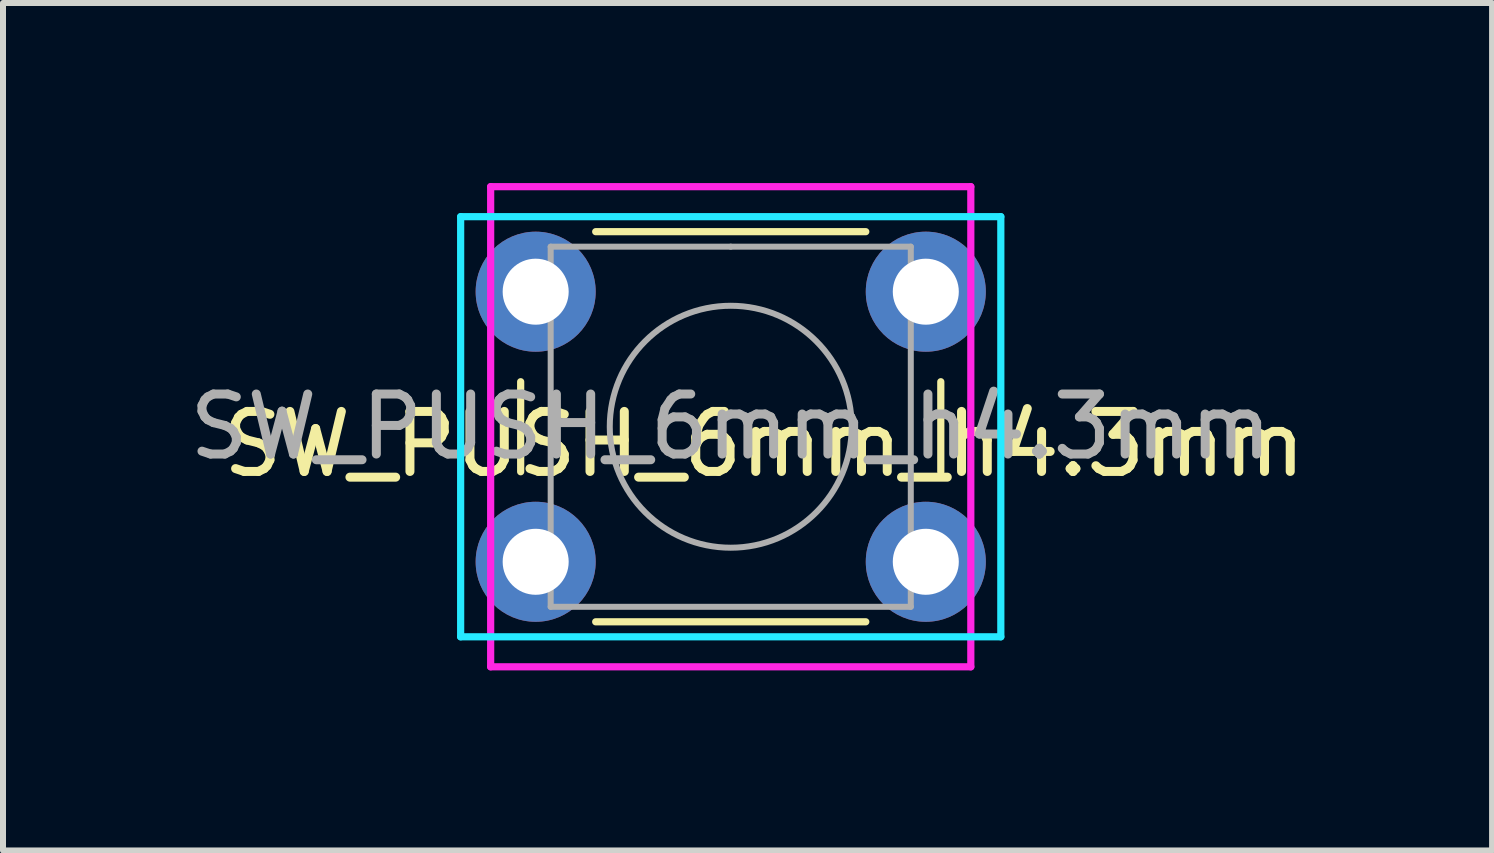
<source format=kicad_pcb>
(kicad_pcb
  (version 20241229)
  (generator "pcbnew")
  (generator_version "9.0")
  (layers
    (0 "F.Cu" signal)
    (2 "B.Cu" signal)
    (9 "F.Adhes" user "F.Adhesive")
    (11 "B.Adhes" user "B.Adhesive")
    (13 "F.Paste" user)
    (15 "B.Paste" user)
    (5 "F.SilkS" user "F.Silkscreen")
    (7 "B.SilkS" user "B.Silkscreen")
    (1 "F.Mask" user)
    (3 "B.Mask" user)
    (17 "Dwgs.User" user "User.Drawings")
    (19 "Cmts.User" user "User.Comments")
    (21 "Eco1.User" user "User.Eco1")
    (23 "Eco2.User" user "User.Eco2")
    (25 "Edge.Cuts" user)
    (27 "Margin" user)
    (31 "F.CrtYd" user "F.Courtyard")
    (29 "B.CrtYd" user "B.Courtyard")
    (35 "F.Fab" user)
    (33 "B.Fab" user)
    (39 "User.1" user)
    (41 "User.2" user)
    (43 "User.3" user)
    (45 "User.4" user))
  (footprint "SW_PUSH_6mm_h4.3mm"
    (layer "F.Cu")
    (at 5.875 1.81)
    (property "Reference" "SW_PUSH_6mm_h4.3mm" (at 3.81 2.54 0) (layer "F.SilkS") (effects (font (size 1 1) (thickness 0.15))))
    (attr through_hole)
    (fp_line (start -0.25 1.5) (end -0.25 3) (stroke (width 0.12) (type solid)) (layer "F.SilkS"))
    (fp_line (start 1 5.5) (end 5.5 5.5) (stroke (width 0.12) (type solid)) (layer "F.SilkS"))
    (fp_line (start 5.5 -1) (end 1 -1) (stroke (width 0.12) (type solid)) (layer "F.SilkS"))
    (fp_line (start 6.75 3) (end 6.75 1.5) (stroke (width 0.12) (type solid)) (layer "F.SilkS"))
    (fp_line (start -1.25 -1.25) (end -1.25 5.75) (stroke (width 0.12) (type solid)) (layer "B.CrtYd"))
    (fp_line (start -1.25 5.75) (end 7.75 5.75) (stroke (width 0.12) (type solid)) (layer "B.CrtYd"))
    (fp_line (start 7.75 -1.25) (end -1.25 -1.25) (stroke (width 0.12) (type solid)) (layer "B.CrtYd"))
    (fp_line (start 7.75 5.75) (end 7.75 -1.25) (stroke (width 0.12) (type solid)) (layer "B.CrtYd"))
    (fp_line (start -0.75 -1.75) (end -0.75 6.25) (stroke (width 0.12) (type solid)) (layer "F.CrtYd"))
    (fp_line (start -0.75 6.25) (end 7.25 6.25) (stroke (width 0.12) (type solid)) (layer "F.CrtYd"))
    (fp_line (start 7.25 -1.75) (end -0.75 -1.75) (stroke (width 0.12) (type solid)) (layer "F.CrtYd"))
    (fp_line (start 7.25 6.25) (end 7.25 -1.75) (stroke (width 0.12) (type solid)) (layer "F.CrtYd"))
    (fp_line (start 0.25 -0.75) (end 3.25 -0.75) (stroke (width 0.1) (type solid)) (layer "F.Fab"))
    (fp_line (start 0.25 5.25) (end 0.25 -0.75) (stroke (width 0.1) (type solid)) (layer "F.Fab"))
    (fp_line (start 3.25 -0.75) (end 6.25 -0.75) (stroke (width 0.1) (type solid)) (layer "F.Fab"))
    (fp_line (start 6.25 -0.75) (end 6.25 5.25) (stroke (width 0.1) (type solid)) (layer "F.Fab"))
    (fp_line (start 6.25 5.25) (end 0.25 5.25) (stroke (width 0.1) (type solid)) (layer "F.Fab"))
    (fp_circle (center 3.25 2.25) (end 1.25 2.5) (stroke (width 0.1) (type solid)) (fill no) (layer "F.Fab"))
    (fp_text user "${REFERENCE}" (at 3.25 2.25 0) (layer "F.Fab") (effects (font (size 1 1) (thickness 0.15))))
    (pad "1" thru_hole circle (at 0 0 90) (size 2 2) (drill 1.1) (layers "*.Cu" "*.Mask"))
    (pad "1" thru_hole circle (at 6.5 0 90) (size 2 2) (drill 1.1) (layers "*.Cu" "*.Mask"))
    (pad "2" thru_hole circle (at 0 4.5 90) (size 2 2) (drill 1.1) (layers "*.Cu" "*.Mask"))
    (pad "2" thru_hole circle (at 6.5 4.5 90) (size 2 2) (drill 1.1) (layers "*.Cu" "*.Mask")))
  (gr_rect
    (start -3 -3)
    (end 21.81 11.12)
    (stroke (width 0.1) (type default))
    (fill no)
    (layer "Edge.Cuts")))
</source>
